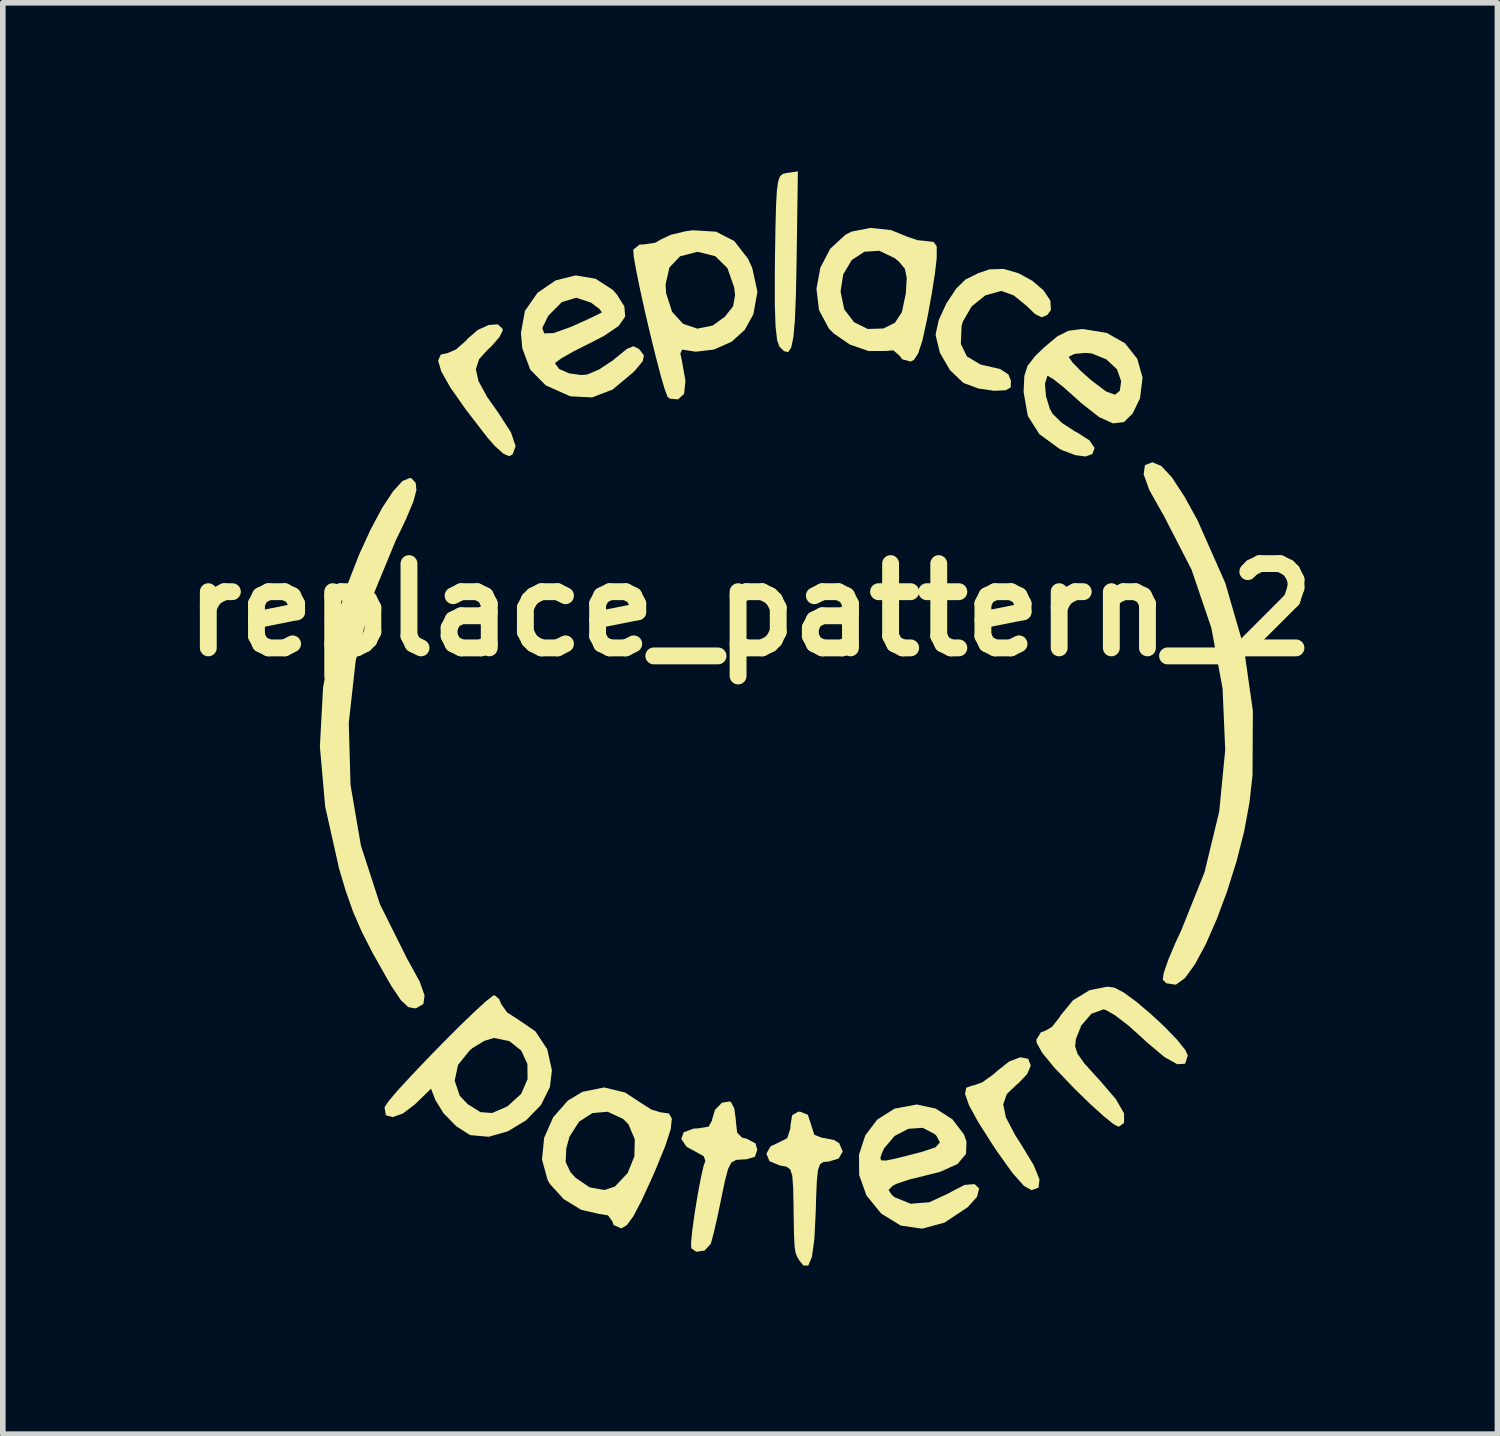
<source format=kicad_pcb>
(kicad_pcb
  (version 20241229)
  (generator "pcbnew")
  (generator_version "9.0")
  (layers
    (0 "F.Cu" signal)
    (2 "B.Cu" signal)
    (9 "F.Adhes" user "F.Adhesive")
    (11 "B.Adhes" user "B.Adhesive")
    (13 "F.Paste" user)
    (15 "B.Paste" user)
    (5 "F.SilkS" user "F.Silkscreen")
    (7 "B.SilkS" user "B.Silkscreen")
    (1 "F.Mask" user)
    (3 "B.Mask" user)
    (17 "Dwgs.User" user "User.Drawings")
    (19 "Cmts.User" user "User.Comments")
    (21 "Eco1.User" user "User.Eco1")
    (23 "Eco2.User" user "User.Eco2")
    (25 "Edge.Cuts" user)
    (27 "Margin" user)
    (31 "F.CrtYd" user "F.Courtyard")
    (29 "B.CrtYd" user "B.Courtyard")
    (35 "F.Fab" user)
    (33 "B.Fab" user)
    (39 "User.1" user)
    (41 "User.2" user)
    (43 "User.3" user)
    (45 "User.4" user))
  (footprint "replace_pattern_2"
    (layer "F.Cu")
    (at 10.3 7.802)
    (property "Reference" "replace_pattern_2" (at 0 0 0) (layer "F.SilkS") (effects (font (size 1.5 1.5) (thickness 0.3))))
    (attr board_only exclude_from_pos_files exclude_from_bom)
    (fp_poly (pts (xy 0.827 -6.215) (xy 0.815 -5.61) (xy 0.797 -5.16) (xy 0.77 -4.849) (xy 0.73 -4.663) (xy 0.675 -4.585) (xy 0.602 -4.603) (xy 0.519 -4.686) (xy 0.479 -4.804) (xy 0.452 -5.051) (xy 0.439 -5.439) (xy 0.439 -5.979) (xy 0.442 -6.276) (xy 0.451 -6.807) (xy 0.461 -7.192) (xy 0.476 -7.456) (xy 0.498 -7.622) (xy 0.532 -7.714) (xy 0.58 -7.756) (xy 0.646 -7.773) (xy 0.658 -7.774) (xy 0.85 -7.802)) (stroke (width 0) (type solid)) (fill yes) (layer "F.SilkS"))
    (fp_poly (pts (xy -4.406 -5.003) (xy -4.403 -4.972) (xy -4.462 -4.852) (xy -4.609 -4.685) (xy -4.666 -4.633) (xy -4.823 -4.46) (xy -4.881 -4.282) (xy -4.834 -4.068) (xy -4.679 -3.786) (xy -4.478 -3.501) (xy -4.257 -3.158) (xy -4.173 -2.912) (xy -4.227 -2.765) (xy -4.288 -2.733) (xy -4.39 -2.776) (xy -4.55 -2.921) (xy -4.675 -3.065) (xy -5.062 -3.566) (xy -5.335 -3.956) (xy -5.497 -4.242) (xy -5.553 -4.434) (xy -5.506 -4.541) (xy -5.374 -4.572) (xy -5.235 -4.633) (xy -5.063 -4.783) (xy -5.025 -4.826) (xy -4.847 -4.98) (xy -4.653 -5.068) (xy -4.491 -5.08)) (stroke (width 0) (type solid)) (fill yes) (layer "F.SilkS"))
    (fp_poly (pts (xy 4.948 7.991) (xy 4.995 8.112) (xy 4.932 8.261) (xy 4.775 8.427) (xy 4.741 8.453) (xy 4.568 8.619) (xy 4.504 8.803) (xy 4.552 9.034) (xy 4.713 9.342) (xy 4.828 9.523) (xy 5.049 9.888) (xy 5.15 10.14) (xy 5.132 10.286) (xy 5.007 10.329) (xy 4.874 10.254) (xy 4.672 10.028) (xy 4.401 9.649) (xy 4.329 9.542) (xy 4.062 9.122) (xy 3.896 8.819) (xy 3.825 8.619) (xy 3.845 8.507) (xy 3.952 8.467) (xy 3.973 8.467) (xy 4.132 8.41) (xy 4.331 8.267) (xy 4.39 8.213) (xy 4.61 8.039) (xy 4.808 7.964)) (stroke (width 0) (type solid)) (fill yes) (layer "F.SilkS"))
    (fp_poly (pts (xy 7.317 -2.559) (xy 7.506 -2.357) (xy 7.733 -2.009) (xy 7.963 -1.591) (xy 8.457 -0.474) (xy 8.785 0.658) (xy 8.947 1.798) (xy 8.941 2.941) (xy 8.887 3.429) (xy 8.793 3.941) (xy 8.657 4.475) (xy 8.491 5.005) (xy 8.305 5.505) (xy 8.111 5.948) (xy 7.918 6.307) (xy 7.738 6.556) (xy 7.581 6.669) (xy 7.567 6.672) (xy 7.406 6.647) (xy 7.344 6.584) (xy 7.361 6.464) (xy 7.441 6.231) (xy 7.57 5.925) (xy 7.67 5.712) (xy 8.087 4.671) (xy 8.348 3.592) (xy 8.455 2.495) (xy 8.408 1.399) (xy 8.208 0.323) (xy 7.856 -0.714) (xy 7.353 -1.692) (xy 7.325 -1.738) (xy 7.104 -2.132) (xy 7.004 -2.41) (xy 7.026 -2.574) (xy 7.16 -2.625)) (stroke (width 0) (type solid)) (fill yes) (layer "F.SilkS"))
    (fp_poly (pts (xy 4.776 -5.99) (xy 5.024 -5.854) (xy 5.223 -5.683) (xy 5.344 -5.502) (xy 5.353 -5.334) (xy 5.29 -5.248) (xy 5.189 -5.205) (xy 5.069 -5.264) (xy 4.92 -5.409) (xy 4.693 -5.594) (xy 4.479 -5.672) (xy 4.465 -5.673) (xy 4.187 -5.596) (xy 3.942 -5.399) (xy 3.785 -5.126) (xy 3.763 -5.043) (xy 3.75 -4.73) (xy 3.858 -4.509) (xy 4.101 -4.364) (xy 4.45 -4.284) (xy 4.596 -4.189) (xy 4.641 -4.078) (xy 4.638 -3.958) (xy 4.55 -3.907) (xy 4.345 -3.897) (xy 4.061 -3.938) (xy 3.806 -4.033) (xy 3.789 -4.043) (xy 3.557 -4.264) (xy 3.379 -4.571) (xy 3.302 -4.883) (xy 3.302 -4.906) (xy 3.356 -5.153) (xy 3.49 -5.447) (xy 3.667 -5.715) (xy 3.832 -5.877) (xy 4.065 -5.993) (xy 4.26 -6.058) (xy 4.511 -6.066)) (stroke (width 0) (type solid)) (fill yes) (layer "F.SilkS"))
    (fp_poly (pts (xy -6.025 -2.337) (xy -5.952 -2.258) (xy -5.939 -2.129) (xy -5.993 -1.927) (xy -6.119 -1.625) (xy -6.307 -1.233) (xy -6.742 -0.178) (xy -7.02 0.91) (xy -7.143 2.014) (xy -7.112 3.115) (xy -6.927 4.196) (xy -6.588 5.24) (xy -6.096 6.228) (xy -6.078 6.258) (xy -5.881 6.617) (xy -5.794 6.864) (xy -5.815 7.016) (xy -5.941 7.089) (xy -5.971 7.094) (xy -6.087 7.07) (xy -6.216 6.947) (xy -6.381 6.702) (xy -6.449 6.586) (xy -6.717 6.111) (xy -6.915 5.723) (xy -7.068 5.37) (xy -7.199 4.997) (xy -7.315 4.608) (xy -7.563 3.502) (xy -7.657 2.436) (xy -7.6 1.377) (xy -7.39 0.292) (xy -7.311 0.004) (xy -7.148 -0.497) (xy -6.959 -0.982) (xy -6.755 -1.427) (xy -6.551 -1.809) (xy -6.357 -2.105) (xy -6.187 -2.292) (xy -6.053 -2.347)) (stroke (width 0) (type solid)) (fill yes) (layer "F.SilkS"))
    (fp_poly (pts (xy -0.342 8.761) (xy -0.282 8.875) (xy -0.254 9.08) (xy -0.254 9.101) (xy -0.231 9.305) (xy -0.143 9.395) (xy -0.064 9.413) (xy 0.096 9.497) (xy 0.127 9.61) (xy 0.085 9.735) (xy -0.067 9.78) (xy -0.124 9.782) (xy -0.249 9.791) (xy -0.333 9.837) (xy -0.393 9.953) (xy -0.451 10.174) (xy -0.511 10.464) (xy -0.581 10.8) (xy -0.646 11.084) (xy -0.694 11.264) (xy -0.702 11.286) (xy -0.81 11.404) (xy -0.958 11.426) (xy -1.047 11.364) (xy -1.051 11.258) (xy -1.028 11.033) (xy -0.987 10.738) (xy -0.935 10.419) (xy -0.88 10.126) (xy -0.83 9.904) (xy -0.797 9.809) (xy -0.825 9.726) (xy -0.905 9.681) (xy -1.132 9.557) (xy -1.225 9.418) (xy -1.183 9.299) (xy -1.004 9.233) (xy -0.922 9.229) (xy -0.738 9.198) (xy -0.678 9.09) (xy -0.677 9.07) (xy -0.624 8.897) (xy -0.501 8.773) (xy -0.364 8.75)) (stroke (width 0) (type solid)) (fill yes) (layer "F.SilkS"))
    (fp_poly (pts (xy 1.028 8.988) (xy 1.085 9.165) (xy 1.142 9.343) (xy 1.281 9.398) (xy 1.301 9.398) (xy 1.495 9.438) (xy 1.585 9.493) (xy 1.648 9.641) (xy 1.575 9.767) (xy 1.394 9.821) (xy 1.391 9.821) (xy 1.302 9.828) (xy 1.244 9.868) (xy 1.208 9.971) (xy 1.187 10.167) (xy 1.174 10.487) (xy 1.167 10.725) (xy 1.143 11.203) (xy 1.099 11.518) (xy 1.034 11.672) (xy 0.947 11.669) (xy 0.877 11.583) (xy 0.834 11.511) (xy 0.807 11.435) (xy 0.79 11.317) (xy 0.781 11.119) (xy 0.775 10.805) (xy 0.773 10.631) (xy 0.766 10.284) (xy 0.75 10.072) (xy 0.713 9.958) (xy 0.644 9.91) (xy 0.532 9.891) (xy 0.529 9.89) (xy 0.345 9.814) (xy 0.289 9.681) (xy 0.364 9.548) (xy 0.505 9.483) (xy 0.661 9.404) (xy 0.715 9.234) (xy 0.717 9.183) (xy 0.747 8.998) (xy 0.851 8.934) (xy 0.889 8.932)) (stroke (width 0) (type solid)) (fill yes) (layer "F.SilkS"))
    (fp_poly (pts (xy 6.48 6.724) (xy 6.641 6.806) (xy 6.869 6.972) (xy 7.128 7.191) (xy 7.384 7.429) (xy 7.602 7.656) (xy 7.748 7.839) (xy 7.789 7.932) (xy 7.742 8.079) (xy 7.602 8.088) (xy 7.373 7.96) (xy 7.06 7.697) (xy 6.989 7.63) (xy 6.728 7.396) (xy 6.494 7.217) (xy 6.326 7.121) (xy 6.286 7.112) (xy 6.073 7.19) (xy 5.894 7.398) (xy 5.798 7.639) (xy 5.784 7.77) (xy 5.827 7.903) (xy 5.949 8.074) (xy 6.169 8.318) (xy 6.222 8.374) (xy 6.51 8.71) (xy 6.655 8.963) (xy 6.655 9.131) (xy 6.56 9.201) (xy 6.47 9.156) (xy 6.29 9.011) (xy 6.045 8.789) (xy 5.769 8.52) (xy 5.418 8.153) (xy 5.197 7.884) (xy 5.099 7.706) (xy 5.094 7.652) (xy 5.175 7.52) (xy 5.25 7.493) (xy 5.37 7.425) (xy 5.504 7.256) (xy 5.528 7.215) (xy 5.748 6.949) (xy 6.042 6.77) (xy 6.355 6.708)) (stroke (width 0) (type solid)) (fill yes) (layer "F.SilkS"))
    (fp_poly (pts (xy -2.226 8.591) (xy -1.962 8.764) (xy -1.761 8.893) (xy -1.582 8.947) (xy -1.565 8.947) (xy -1.444 8.965) (xy -1.393 9.057) (xy -1.413 9.242) (xy -1.508 9.537) (xy -1.68 9.958) (xy -1.744 10.105) (xy -1.934 10.52) (xy -2.08 10.796) (xy -2.193 10.951) (xy -2.286 11.006) (xy -2.298 11.007) (xy -2.429 10.95) (xy -2.455 10.88) (xy -2.53 10.778) (xy -2.688 10.752) (xy -3.007 10.679) (xy -3.319 10.488) (xy -3.562 10.221) (xy -3.604 10.15) (xy -3.692 9.828) (xy -3.283 9.828) (xy -3.197 10.009) (xy -3.104 10.111) (xy -2.856 10.279) (xy -2.595 10.327) (xy -2.408 10.265) (xy -2.18 10.025) (xy -2.06 9.728) (xy -2.053 9.423) (xy -2.166 9.157) (xy -2.261 9.061) (xy -2.535 8.934) (xy -2.807 8.957) (xy -3.045 9.111) (xy -3.216 9.38) (xy -3.272 9.587) (xy -3.283 9.828) (xy -3.692 9.828) (xy -3.704 9.785) (xy -3.666 9.398) (xy -3.506 9.033) (xy -3.243 8.735) (xy -2.984 8.579) (xy -2.599 8.501)) (stroke (width 0) (type solid)) (fill yes) (layer "F.SilkS"))
    (fp_poly (pts (xy 2.51 -6.757) (xy 2.805 -6.636) (xy 2.978 -6.578) (xy 3.133 -6.562) (xy 3.267 -6.546) (xy 3.321 -6.467) (xy 3.321 -6.277) (xy 3.317 -6.223) (xy 3.288 -5.979) (xy 3.234 -5.634) (xy 3.165 -5.254) (xy 3.148 -5.166) (xy 3.066 -4.793) (xy 2.991 -4.562) (xy 2.913 -4.445) (xy 2.857 -4.418) (xy 2.707 -4.457) (xy 2.658 -4.523) (xy 2.549 -4.617) (xy 2.409 -4.606) (xy 2.107 -4.605) (xy 1.776 -4.719) (xy 1.481 -4.922) (xy 1.4 -5.007) (xy 1.226 -5.334) (xy 1.186 -5.663) (xy 1.609 -5.663) (xy 1.675 -5.347) (xy 1.849 -5.118) (xy 2.094 -4.997) (xy 2.372 -5.006) (xy 2.577 -5.108) (xy 2.701 -5.296) (xy 2.771 -5.631) (xy 2.772 -5.645) (xy 2.787 -5.908) (xy 2.754 -6.068) (xy 2.651 -6.193) (xy 2.574 -6.257) (xy 2.298 -6.389) (xy 2.033 -6.372) (xy 1.809 -6.225) (xy 1.657 -5.969) (xy 1.609 -5.663) (xy 1.186 -5.663) (xy 1.18 -5.709) (xy 1.25 -6.089) (xy 1.426 -6.426) (xy 1.697 -6.675) (xy 1.807 -6.731) (xy 2.141 -6.796)) (stroke (width 0) (type solid)) (fill yes) (layer "F.SilkS"))
    (fp_poly (pts (xy 3.304 8.878) (xy 3.601 9.069) (xy 3.805 9.337) (xy 3.85 9.459) (xy 3.843 9.684) (xy 3.691 9.863) (xy 3.385 10.002) (xy 3.109 10.072) (xy 2.833 10.14) (xy 2.614 10.213) (xy 2.54 10.249) (xy 2.464 10.326) (xy 2.52 10.412) (xy 2.577 10.458) (xy 2.858 10.571) (xy 3.192 10.544) (xy 3.543 10.38) (xy 3.568 10.364) (xy 3.817 10.236) (xy 3.994 10.221) (xy 4.076 10.299) (xy 4.038 10.448) (xy 3.873 10.632) (xy 3.461 10.906) (xy 3.061 11.015) (xy 2.679 10.959) (xy 2.333 10.746) (xy 2.07 10.423) (xy 1.941 10.062) (xy 1.938 9.759) (xy 2.317 9.759) (xy 2.333 9.799) (xy 2.417 9.802) (xy 2.597 9.765) (xy 2.901 9.688) (xy 3.069 9.644) (xy 3.3 9.566) (xy 3.377 9.48) (xy 3.318 9.365) (xy 3.285 9.33) (xy 3.07 9.22) (xy 2.816 9.237) (xy 2.571 9.365) (xy 2.384 9.585) (xy 2.34 9.683) (xy 2.317 9.759) (xy 1.938 9.759) (xy 1.938 9.696) (xy 2.049 9.355) (xy 2.263 9.072) (xy 2.572 8.878) (xy 2.964 8.805) (xy 2.969 8.805)) (stroke (width 0) (type solid)) (fill yes) (layer "F.SilkS"))
    (fp_poly (pts (xy -4.467 6.928) (xy -4.429 7.02) (xy -4.325 7.166) (xy -4.138 7.286) (xy -3.822 7.502) (xy -3.611 7.82) (xy -3.528 8.195) (xy -3.563 8.494) (xy -3.722 8.813) (xy -3.985 9.084) (xy -4.31 9.281) (xy -4.652 9.379) (xy -4.97 9.351) (xy -4.995 9.342) (xy -5.23 9.192) (xy -5.457 8.96) (xy -5.6 8.728) (xy -5.679 8.524) (xy -5.967 8.803) (xy -6.178 8.964) (xy -6.362 9.03) (xy -6.482 8.996) (xy -6.506 8.861) (xy -6.504 8.851) (xy -6.438 8.75) (xy -6.277 8.56) (xy -6.114 8.382) (xy -5.258 8.382) (xy -5.167 8.65) (xy -5.026 8.799) (xy -4.798 8.941) (xy -4.592 8.956) (xy -4.341 8.848) (xy -4.312 8.831) (xy -4.075 8.616) (xy -3.961 8.353) (xy -3.964 8.083) (xy -4.074 7.845) (xy -4.284 7.677) (xy -4.56 7.62) (xy -4.731 7.672) (xy -4.943 7.802) (xy -4.989 7.839) (xy -5.198 8.1) (xy -5.258 8.382) (xy -6.114 8.382) (xy -6.045 8.307) (xy -5.768 8.015) (xy -5.471 7.71) (xy -5.178 7.417) (xy -4.915 7.163) (xy -4.706 6.971) (xy -4.576 6.869) (xy -4.551 6.858)) (stroke (width 0) (type solid)) (fill yes) (layer "F.SilkS"))
    (fp_poly (pts (xy -0.606 -6.729) (xy -0.282 -6.562) (xy -0.038 -6.248) (xy 0.037 -6.085) (xy 0.13 -5.661) (xy 0.058 -5.26) (xy -0.097 -4.98) (xy -0.33 -4.77) (xy -0.645 -4.631) (xy -0.967 -4.593) (xy -1.065 -4.608) (xy -1.209 -4.63) (xy -1.242 -4.563) (xy -1.213 -4.426) (xy -1.151 -4.075) (xy -1.175 -3.843) (xy -1.283 -3.744) (xy -1.428 -3.757) (xy -1.469 -3.789) (xy -1.519 -3.92) (xy -1.593 -4.174) (xy -1.682 -4.516) (xy -1.779 -4.91) (xy -1.875 -5.32) (xy -1.961 -5.711) (xy -1.977 -5.787) (xy -1.505 -5.787) (xy -1.495 -5.633) (xy -1.389 -5.303) (xy -1.193 -5.089) (xy -0.94 -5.003) (xy -0.665 -5.059) (xy -0.452 -5.213) (xy -0.303 -5.401) (xy -0.268 -5.599) (xy -0.284 -5.737) (xy -0.403 -6.078) (xy -0.621 -6.293) (xy -0.923 -6.368) (xy -0.946 -6.368) (xy -1.246 -6.291) (xy -1.436 -6.092) (xy -1.505 -5.787) (xy -1.977 -5.787) (xy -2.029 -6.046) (xy -2.072 -6.291) (xy -2.08 -6.409) (xy -2.079 -6.41) (xy -1.97 -6.498) (xy -1.876 -6.504) (xy -1.686 -6.533) (xy -1.577 -6.596) (xy -1.409 -6.674) (xy -1.151 -6.736) (xy -1.019 -6.754)) (stroke (width 0) (type solid)) (fill yes) (layer "F.SilkS"))
    (fp_poly (pts (xy -2.75 -5.891) (xy -2.443 -5.692) (xy -2.371 -5.611) (xy -2.238 -5.397) (xy -2.224 -5.217) (xy -2.341 -5.05) (xy -2.601 -4.874) (xy -2.857 -4.742) (xy -3.143 -4.598) (xy -3.358 -4.476) (xy -3.465 -4.397) (xy -3.471 -4.385) (xy -3.398 -4.284) (xy -3.22 -4.207) (xy -3.005 -4.177) (xy -2.895 -4.188) (xy -2.689 -4.276) (xy -2.449 -4.434) (xy -2.377 -4.493) (xy -2.191 -4.644) (xy -2.078 -4.69) (xy -1.986 -4.646) (xy -1.958 -4.619) (xy -1.889 -4.524) (xy -1.912 -4.423) (xy -2.041 -4.267) (xy -2.079 -4.227) (xy -2.446 -3.92) (xy -2.812 -3.779) (xy -3.187 -3.798) (xy -3.222 -3.808) (xy -3.638 -3.994) (xy -3.913 -4.273) (xy -4.055 -4.654) (xy -4.079 -4.926) (xy -4.063 -5.015) (xy -3.699 -5.015) (xy -3.665 -4.919) (xy -3.498 -4.924) (xy -3.196 -5.032) (xy -3.152 -5.051) (xy -2.895 -5.167) (xy -2.709 -5.255) (xy -2.638 -5.293) (xy -2.68 -5.352) (xy -2.821 -5.458) (xy -2.832 -5.466) (xy -3.095 -5.553) (xy -3.351 -5.476) (xy -3.584 -5.241) (xy -3.601 -5.215) (xy -3.699 -5.015) (xy -4.063 -5.015) (xy -4.008 -5.319) (xy -3.784 -5.641) (xy -3.463 -5.861) (xy -3.107 -5.951)) (stroke (width 0) (type solid)) (fill yes) (layer "F.SilkS"))
    (fp_poly (pts (xy 6.347 -4.927) (xy 6.672 -4.742) (xy 6.89 -4.467) (xy 6.984 -4.132) (xy 6.939 -3.764) (xy 6.808 -3.493) (xy 6.653 -3.34) (xy 6.459 -3.317) (xy 6.209 -3.43) (xy 5.889 -3.682) (xy 5.813 -3.752) (xy 5.581 -3.958) (xy 5.399 -4.103) (xy 5.298 -4.162) (xy 5.29 -4.161) (xy 5.247 -4.021) (xy 5.265 -3.801) (xy 5.333 -3.579) (xy 5.383 -3.488) (xy 5.548 -3.326) (xy 5.783 -3.173) (xy 5.827 -3.151) (xy 6.04 -3.014) (xy 6.131 -2.878) (xy 6.09 -2.771) (xy 5.969 -2.728) (xy 5.786 -2.752) (xy 5.551 -2.841) (xy 5.506 -2.864) (xy 5.149 -3.124) (xy 4.942 -3.449) (xy 4.869 -3.863) (xy 4.868 -3.907) (xy 4.88 -4.162) (xy 4.937 -4.342) (xy 5.058 -4.496) (xy 5.673 -4.496) (xy 5.733 -4.406) (xy 5.889 -4.246) (xy 6.075 -4.081) (xy 6.33 -3.888) (xy 6.493 -3.827) (xy 6.579 -3.897) (xy 6.603 -4.069) (xy 6.529 -4.28) (xy 6.338 -4.457) (xy 6.082 -4.561) (xy 5.966 -4.572) (xy 5.771 -4.553) (xy 5.675 -4.505) (xy 5.673 -4.496) (xy 5.058 -4.496) (xy 5.071 -4.514) (xy 5.225 -4.663) (xy 5.464 -4.864) (xy 5.664 -4.965) (xy 5.89 -4.995) (xy 5.931 -4.995)) (stroke (width 0) (type solid)) (fill yes) (layer "F.SilkS")))
  (gr_rect
    (start -3 -3)
    (end 23.6 22.473)
    (stroke (width 0.1) (type default))
    (fill no)
    (layer "Edge.Cuts")))
</source>
